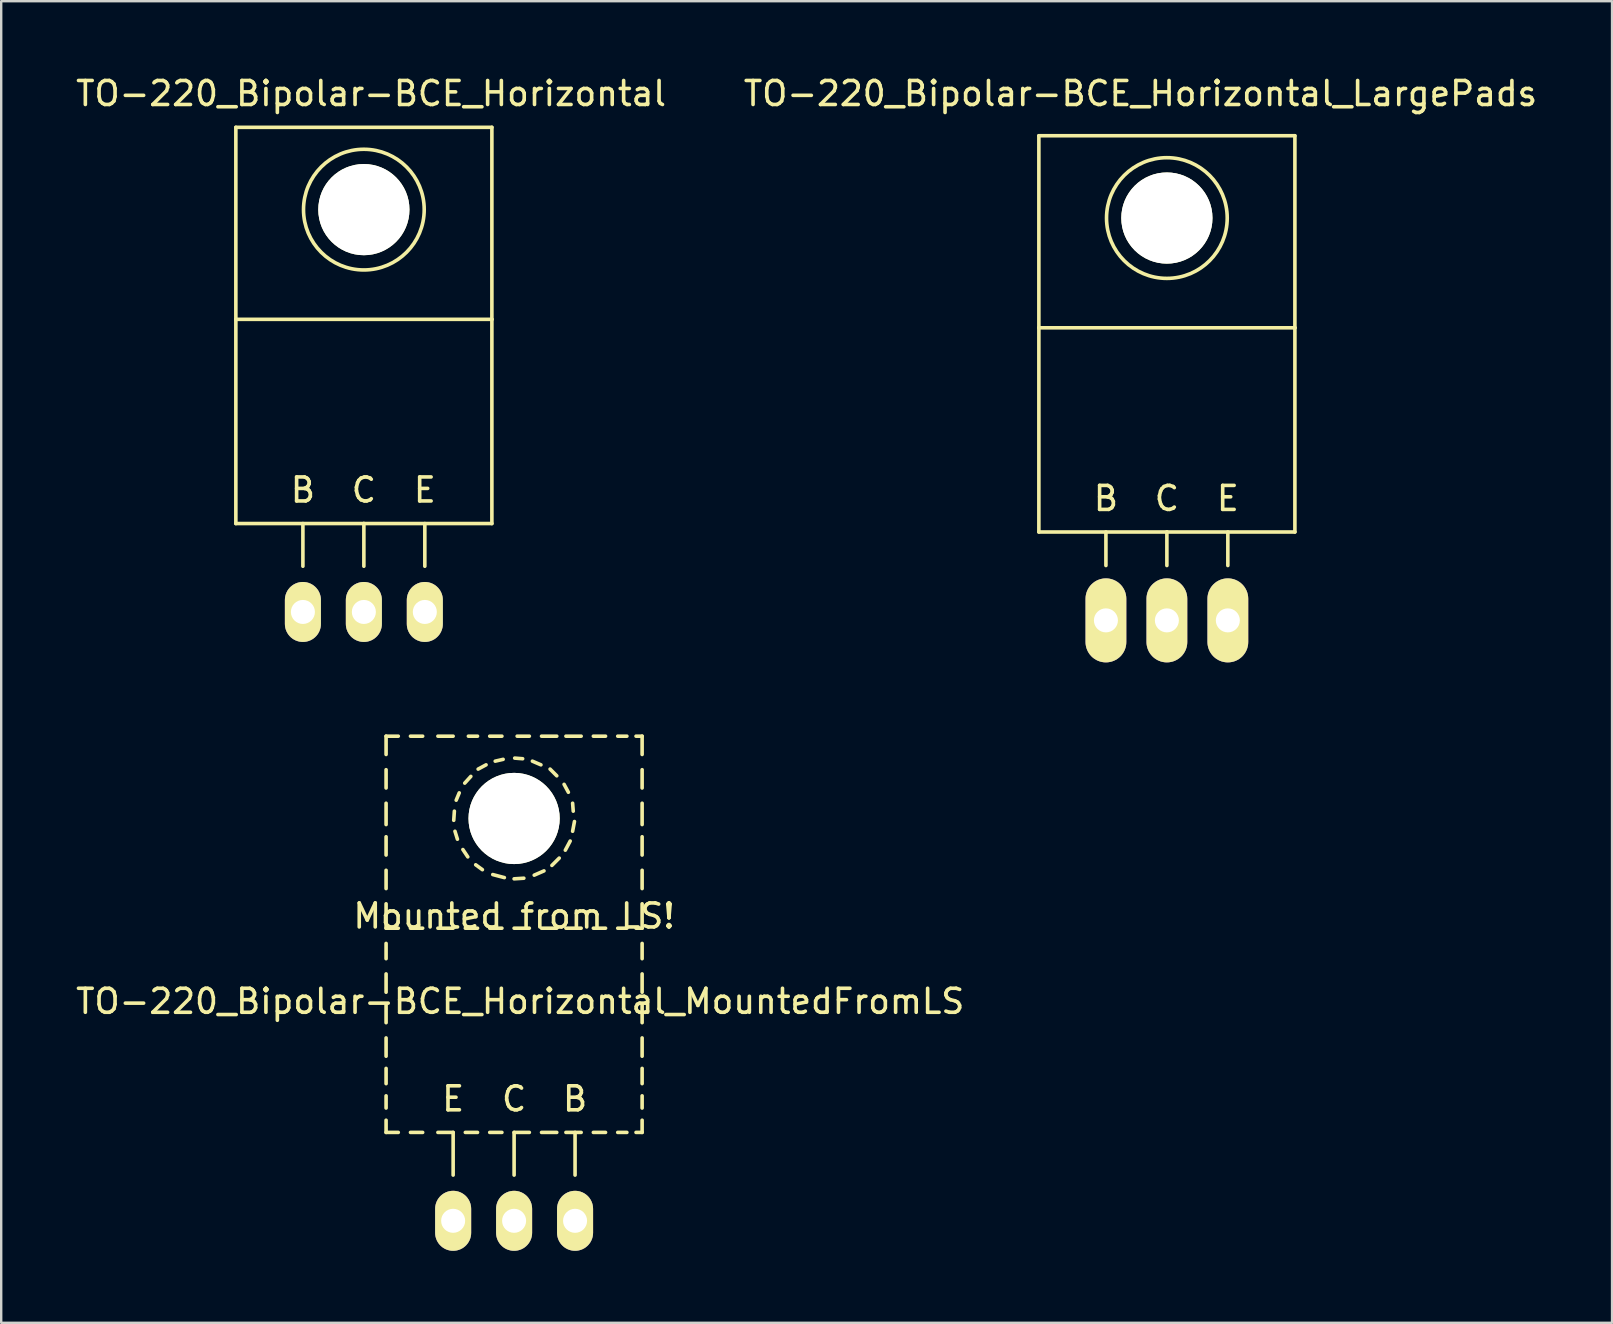
<source format=kicad_pcb>
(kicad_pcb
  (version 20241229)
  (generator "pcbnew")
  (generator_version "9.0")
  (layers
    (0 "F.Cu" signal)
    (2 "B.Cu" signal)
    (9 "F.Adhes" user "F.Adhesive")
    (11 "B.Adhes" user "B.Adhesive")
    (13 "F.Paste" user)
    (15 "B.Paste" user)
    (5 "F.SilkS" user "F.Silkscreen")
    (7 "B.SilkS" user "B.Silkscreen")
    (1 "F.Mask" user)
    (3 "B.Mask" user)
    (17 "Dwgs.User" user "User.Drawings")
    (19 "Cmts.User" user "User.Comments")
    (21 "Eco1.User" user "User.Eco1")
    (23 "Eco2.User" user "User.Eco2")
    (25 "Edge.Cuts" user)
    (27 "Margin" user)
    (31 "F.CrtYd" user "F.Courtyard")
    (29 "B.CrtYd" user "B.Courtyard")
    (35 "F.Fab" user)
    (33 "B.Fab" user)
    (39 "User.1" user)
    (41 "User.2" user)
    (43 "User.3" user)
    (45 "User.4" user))
  (footprint "TO-220_Bipolar-BCE_Horizontal_MountedFromLS"
    (layer "F.Cu")
    (at 18.371 47.817)
    (property "Reference" "TO-220_Bipolar-BCE_Horizontal_MountedFromLS" (at 0.254 -9.144 0) (layer "F.SilkS") (effects (font (size 1 1) (thickness 0.15))))
    (attr through_hole)
    (fp_line (start -5.334 -20.193) (end -5.334 -19.431) (stroke (width 0.15) (type solid)) (layer "F.SilkS"))
    (fp_line (start -5.334 -20.193) (end -4.826 -20.193) (stroke (width 0.15) (type solid)) (layer "F.SilkS"))
    (fp_line (start -5.334 -18.796) (end -5.334 -18.034) (stroke (width 0.15) (type solid)) (layer "F.SilkS"))
    (fp_line (start -5.334 -17.399) (end -5.334 -16.51) (stroke (width 0.15) (type solid)) (layer "F.SilkS"))
    (fp_line (start -5.334 -16.002) (end -5.334 -15.24) (stroke (width 0.15) (type solid)) (layer "F.SilkS"))
    (fp_line (start -5.334 -14.605) (end -5.334 -13.843) (stroke (width 0.15) (type solid)) (layer "F.SilkS"))
    (fp_line (start -5.334 -13.208) (end -5.334 -12.192) (stroke (width 0.15) (type solid)) (layer "F.SilkS"))
    (fp_line (start -5.334 -12.192) (end -4.826 -12.192) (stroke (width 0.15) (type solid)) (layer "F.SilkS"))
    (fp_line (start -5.334 -11.557) (end -5.334 -10.922) (stroke (width 0.15) (type solid)) (layer "F.SilkS"))
    (fp_line (start -5.334 -10.287) (end -5.334 -9.525) (stroke (width 0.15) (type solid)) (layer "F.SilkS"))
    (fp_line (start -5.334 -9.017) (end -5.334 -8.255) (stroke (width 0.15) (type solid)) (layer "F.SilkS"))
    (fp_line (start -5.334 -7.62) (end -5.334 -6.858) (stroke (width 0.15) (type solid)) (layer "F.SilkS"))
    (fp_line (start -5.334 -6.35) (end -5.334 -5.715) (stroke (width 0.15) (type solid)) (layer "F.SilkS"))
    (fp_line (start -5.334 -5.207) (end -5.334 -4.699) (stroke (width 0.15) (type solid)) (layer "F.SilkS"))
    (fp_line (start -5.334 -4.191) (end -5.334 -3.683) (stroke (width 0.15) (type solid)) (layer "F.SilkS"))
    (fp_line (start -5.334 -3.683) (end -4.826 -3.683) (stroke (width 0.15) (type solid)) (layer "F.SilkS"))
    (fp_line (start -4.318 -20.193) (end -3.81 -20.193) (stroke (width 0.15) (type solid)) (layer "F.SilkS"))
    (fp_line (start -4.318 -12.192) (end -3.81 -12.192) (stroke (width 0.15) (type solid)) (layer "F.SilkS"))
    (fp_line (start -4.318 -3.683) (end -3.81 -3.683) (stroke (width 0.15) (type solid)) (layer "F.SilkS"))
    (fp_line (start -3.175 -20.193) (end -2.54 -20.193) (stroke (width 0.15) (type solid)) (layer "F.SilkS"))
    (fp_line (start -3.175 -12.192) (end -2.54 -12.192) (stroke (width 0.15) (type solid)) (layer "F.SilkS"))
    (fp_line (start -3.175 -3.683) (end -2.54 -3.683) (stroke (width 0.15) (type solid)) (layer "F.SilkS"))
    (fp_line (start -2.54 -3.683) (end -2.54 -1.905) (stroke (width 0.15) (type solid)) (layer "F.SilkS"))
    (fp_line (start -2.515 -16.688) (end -2.489 -17.069) (stroke (width 0.15) (type solid)) (layer "F.SilkS"))
    (fp_line (start -2.413 -17.526) (end -2.286 -17.831) (stroke (width 0.15) (type solid)) (layer "F.SilkS"))
    (fp_line (start -2.362 -15.9) (end -2.464 -16.231) (stroke (width 0.15) (type solid)) (layer "F.SilkS"))
    (fp_line (start -2.057 -18.237) (end -1.803 -18.517) (stroke (width 0.15) (type solid)) (layer "F.SilkS"))
    (fp_line (start -2.032 -12.192) (end -1.524 -12.192) (stroke (width 0.15) (type solid)) (layer "F.SilkS"))
    (fp_line (start -2.032 -3.683) (end -1.524 -3.683) (stroke (width 0.15) (type solid)) (layer "F.SilkS"))
    (fp_line (start -1.93 -15.164) (end -2.134 -15.469) (stroke (width 0.15) (type solid)) (layer "F.SilkS"))
    (fp_line (start -1.905 -20.193) (end -1.524 -20.193) (stroke (width 0.15) (type solid)) (layer "F.SilkS"))
    (fp_line (start -1.499 -18.821) (end -1.168 -18.999) (stroke (width 0.15) (type solid)) (layer "F.SilkS"))
    (fp_line (start -1.321 -14.63) (end -1.6 -14.834) (stroke (width 0.15) (type solid)) (layer "F.SilkS"))
    (fp_line (start -1.016 -20.193) (end -0.508 -20.193) (stroke (width 0.15) (type solid)) (layer "F.SilkS"))
    (fp_line (start -1.016 -12.192) (end -0.508 -12.192) (stroke (width 0.15) (type solid)) (layer "F.SilkS"))
    (fp_line (start -1.016 -3.683) (end -0.508 -3.683) (stroke (width 0.15) (type solid)) (layer "F.SilkS"))
    (fp_line (start -0.787 -19.152) (end -0.457 -19.228) (stroke (width 0.15) (type solid)) (layer "F.SilkS"))
    (fp_line (start -0.406 -14.3) (end -0.889 -14.427) (stroke (width 0.15) (type solid)) (layer "F.SilkS"))
    (fp_line (start 0 -12.192) (end 0.635 -12.192) (stroke (width 0.15) (type solid)) (layer "F.SilkS"))
    (fp_line (start 0 -3.683) (end 0 -1.905) (stroke (width 0.15) (type solid)) (layer "F.SilkS"))
    (fp_line (start 0 -3.683) (end 0.635 -3.683) (stroke (width 0.15) (type solid)) (layer "F.SilkS"))
    (fp_line (start 0.025 -19.279) (end 0.356 -19.253) (stroke (width 0.15) (type solid)) (layer "F.SilkS"))
    (fp_line (start 0.127 -20.193) (end 0.635 -20.193) (stroke (width 0.15) (type solid)) (layer "F.SilkS"))
    (fp_line (start 0.406 -14.275) (end 0 -14.249) (stroke (width 0.15) (type solid)) (layer "F.SilkS"))
    (fp_line (start 0.762 -19.152) (end 1.118 -18.999) (stroke (width 0.15) (type solid)) (layer "F.SilkS"))
    (fp_line (start 1.143 -20.193) (end 1.778 -20.193) (stroke (width 0.15) (type solid)) (layer "F.SilkS"))
    (fp_line (start 1.143 -12.192) (end 1.778 -12.192) (stroke (width 0.15) (type solid)) (layer "F.SilkS"))
    (fp_line (start 1.143 -3.683) (end 1.778 -3.683) (stroke (width 0.15) (type solid)) (layer "F.SilkS"))
    (fp_line (start 1.245 -14.58) (end 0.838 -14.402) (stroke (width 0.15) (type solid)) (layer "F.SilkS"))
    (fp_line (start 1.499 -18.821) (end 1.778 -18.542) (stroke (width 0.15) (type solid)) (layer "F.SilkS"))
    (fp_line (start 1.88 -15.113) (end 1.575 -14.808) (stroke (width 0.15) (type solid)) (layer "F.SilkS"))
    (fp_line (start 2.083 -18.186) (end 2.261 -17.856) (stroke (width 0.15) (type solid)) (layer "F.SilkS"))
    (fp_line (start 2.159 -20.193) (end 2.794 -20.193) (stroke (width 0.15) (type solid)) (layer "F.SilkS"))
    (fp_line (start 2.159 -12.192) (end 2.794 -12.192) (stroke (width 0.15) (type solid)) (layer "F.SilkS"))
    (fp_line (start 2.159 -3.683) (end 2.794 -3.683) (stroke (width 0.15) (type solid)) (layer "F.SilkS"))
    (fp_line (start 2.337 -15.824) (end 2.134 -15.443) (stroke (width 0.15) (type solid)) (layer "F.SilkS"))
    (fp_line (start 2.438 -17.399) (end 2.464 -17.069) (stroke (width 0.15) (type solid)) (layer "F.SilkS"))
    (fp_line (start 2.515 -16.637) (end 2.438 -16.231) (stroke (width 0.15) (type solid)) (layer "F.SilkS"))
    (fp_line (start 2.54 -3.683) (end 2.54 -1.905) (stroke (width 0.15) (type solid)) (layer "F.SilkS"))
    (fp_line (start 3.302 -20.193) (end 3.81 -20.193) (stroke (width 0.15) (type solid)) (layer "F.SilkS"))
    (fp_line (start 3.302 -12.192) (end 3.81 -12.192) (stroke (width 0.15) (type solid)) (layer "F.SilkS"))
    (fp_line (start 3.302 -3.683) (end 3.81 -3.683) (stroke (width 0.15) (type solid)) (layer "F.SilkS"))
    (fp_line (start 4.318 -20.193) (end 4.699 -20.193) (stroke (width 0.15) (type solid)) (layer "F.SilkS"))
    (fp_line (start 4.318 -12.192) (end 4.699 -12.192) (stroke (width 0.15) (type solid)) (layer "F.SilkS"))
    (fp_line (start 4.318 -3.683) (end 4.699 -3.683) (stroke (width 0.15) (type solid)) (layer "F.SilkS"))
    (fp_line (start 5.08 -20.193) (end 5.334 -20.193) (stroke (width 0.15) (type solid)) (layer "F.SilkS"))
    (fp_line (start 5.08 -12.192) (end 5.334 -12.192) (stroke (width 0.15) (type solid)) (layer "F.SilkS"))
    (fp_line (start 5.08 -3.683) (end 5.334 -3.683) (stroke (width 0.15) (type solid)) (layer "F.SilkS"))
    (fp_line (start 5.334 -20.193) (end 5.334 -19.431) (stroke (width 0.15) (type solid)) (layer "F.SilkS"))
    (fp_line (start 5.334 -18.796) (end 5.334 -18.034) (stroke (width 0.15) (type solid)) (layer "F.SilkS"))
    (fp_line (start 5.334 -17.399) (end 5.334 -16.51) (stroke (width 0.15) (type solid)) (layer "F.SilkS"))
    (fp_line (start 5.334 -16.002) (end 5.334 -15.24) (stroke (width 0.15) (type solid)) (layer "F.SilkS"))
    (fp_line (start 5.334 -14.605) (end 5.334 -13.843) (stroke (width 0.15) (type solid)) (layer "F.SilkS"))
    (fp_line (start 5.334 -13.208) (end 5.334 -12.192) (stroke (width 0.15) (type solid)) (layer "F.SilkS"))
    (fp_line (start 5.334 -11.557) (end 5.334 -10.922) (stroke (width 0.15) (type solid)) (layer "F.SilkS"))
    (fp_line (start 5.334 -10.287) (end 5.334 -9.525) (stroke (width 0.15) (type solid)) (layer "F.SilkS"))
    (fp_line (start 5.334 -9.017) (end 5.334 -8.255) (stroke (width 0.15) (type solid)) (layer "F.SilkS"))
    (fp_line (start 5.334 -7.62) (end 5.334 -6.858) (stroke (width 0.15) (type solid)) (layer "F.SilkS"))
    (fp_line (start 5.334 -6.35) (end 5.334 -5.715) (stroke (width 0.15) (type solid)) (layer "F.SilkS"))
    (fp_line (start 5.334 -5.207) (end 5.334 -4.699) (stroke (width 0.15) (type solid)) (layer "F.SilkS"))
    (fp_line (start 5.334 -4.191) (end 5.334 -3.683) (stroke (width 0.15) (type solid)) (layer "F.SilkS"))
    (fp_text user "Mounted from LS!" (at 0 -12.7 0) (layer "F.SilkS") (effects (font (size 1 1) (thickness 0.15))))
    (fp_text user "C" (at 0 -5.08 0) (layer "F.SilkS") (effects (font (size 1 1) (thickness 0.15))))
    (fp_text user "E" (at -2.54 -5.08 0) (layer "F.SilkS") (effects (font (size 1 1) (thickness 0.15))))
    (fp_text user "B" (at 2.54 -5.08 0) (layer "F.SilkS") (effects (font (size 1 1) (thickness 0.15))))
    (pad "" np_thru_hole circle (at 0 -16.764 90) (size 3.8 3.8) (drill 3.8) (layers "*.Cu" "*.Mask" "F.SilkS"))
    (pad "B" thru_hole oval (at 2.54 0 90) (size 2.499 1.501) (drill 1.001) (layers "*.Cu" "*.Mask" "F.SilkS"))
    (pad "C" thru_hole oval (at 0 0 90) (size 2.499 1.501) (drill 1.001) (layers "*.Cu" "*.Mask" "F.SilkS"))
    (pad "E" thru_hole oval (at -2.54 0 90) (size 2.499 1.501) (drill 1.001) (layers "*.Cu" "*.Mask" "F.SilkS")))
  (footprint "TO-220_Bipolar-BCE_Horizontal"
    (layer "F.Cu")
    (at 12.111 22.448)
    (property "Reference" "TO-220_Bipolar-BCE_Horizontal" (at 0.3 -21.6 0) (layer "F.SilkS") (effects (font (size 1 1) (thickness 0.15))))
    (attr through_hole)
    (fp_line (start -5.334 -20.193) (end -5.334 -12.192) (stroke (width 0.15) (type solid)) (layer "F.SilkS"))
    (fp_line (start -5.334 -12.192) (end -5.334 -3.683) (stroke (width 0.15) (type solid)) (layer "F.SilkS"))
    (fp_line (start -2.54 -3.683) (end -2.54 -1.905) (stroke (width 0.15) (type solid)) (layer "F.SilkS"))
    (fp_line (start 0 -3.683) (end -5.334 -3.683) (stroke (width 0.15) (type solid)) (layer "F.SilkS"))
    (fp_line (start 0 -3.683) (end 0 -1.905) (stroke (width 0.15) (type solid)) (layer "F.SilkS"))
    (fp_line (start 0 -3.683) (end 5.334 -3.683) (stroke (width 0.15) (type solid)) (layer "F.SilkS"))
    (fp_line (start 2.54 -3.683) (end 2.54 -1.905) (stroke (width 0.15) (type solid)) (layer "F.SilkS"))
    (fp_line (start 5.334 -20.193) (end -5.334 -20.193) (stroke (width 0.15) (type solid)) (layer "F.SilkS"))
    (fp_line (start 5.334 -12.192) (end -5.334 -12.192) (stroke (width 0.15) (type solid)) (layer "F.SilkS"))
    (fp_line (start 5.334 -12.192) (end 5.334 -20.193) (stroke (width 0.15) (type solid)) (layer "F.SilkS"))
    (fp_line (start 5.334 -3.683) (end 5.334 -12.192) (stroke (width 0.15) (type solid)) (layer "F.SilkS"))
    (fp_circle (center 0 -16.764) (end 1.778 -14.986) (stroke (width 0.15) (type solid)) (fill no) (layer "F.SilkS"))
    (fp_text user "C" (at 0 -5.08 0) (layer "F.SilkS") (effects (font (size 1 1) (thickness 0.15))))
    (fp_text user "B" (at -2.54 -5.08 0) (layer "F.SilkS") (effects (font (size 1 1) (thickness 0.15))))
    (fp_text user "E" (at 2.54 -5.08 0) (layer "F.SilkS") (effects (font (size 1 1) (thickness 0.15))))
    (pad "" np_thru_hole circle (at 0 -16.764 90) (size 3.8 3.8) (drill 3.8) (layers "*.Cu" "*.Mask" "F.SilkS"))
    (pad "B" thru_hole oval (at -2.54 0 90) (size 2.499 1.501) (drill 1.001) (layers "*.Cu" "*.Mask" "F.SilkS"))
    (pad "C" thru_hole oval (at 0 0 90) (size 2.499 1.501) (drill 1.001) (layers "*.Cu" "*.Mask" "F.SilkS"))
    (pad "E" thru_hole oval (at 2.54 0 90) (size 2.499 1.501) (drill 1.001) (layers "*.Cu" "*.Mask" "F.SilkS")))
  (footprint "TO-220_Bipolar-BCE_Horizontal_LargePads"
    (layer "F.Cu")
    (at 45.57 22.799)
    (property "Reference" "TO-220_Bipolar-BCE_Horizontal_LargePads" (at -1.1 -21.951 0) (layer "F.SilkS") (effects (font (size 1 1) (thickness 0.15))))
    (attr through_hole)
    (fp_line (start -5.334 -20.193) (end -5.334 -12.192) (stroke (width 0.15) (type solid)) (layer "F.SilkS"))
    (fp_line (start -5.334 -12.192) (end -5.334 -3.683) (stroke (width 0.15) (type solid)) (layer "F.SilkS"))
    (fp_line (start -2.54 -3.683) (end -2.54 -2.286) (stroke (width 0.15) (type solid)) (layer "F.SilkS"))
    (fp_line (start 0 -3.683) (end -5.334 -3.683) (stroke (width 0.15) (type solid)) (layer "F.SilkS"))
    (fp_line (start 0 -3.683) (end 0 -2.286) (stroke (width 0.15) (type solid)) (layer "F.SilkS"))
    (fp_line (start 0 -3.683) (end 5.334 -3.683) (stroke (width 0.15) (type solid)) (layer "F.SilkS"))
    (fp_line (start 2.54 -3.683) (end 2.54 -2.286) (stroke (width 0.15) (type solid)) (layer "F.SilkS"))
    (fp_line (start 5.334 -20.193) (end -5.334 -20.193) (stroke (width 0.15) (type solid)) (layer "F.SilkS"))
    (fp_line (start 5.334 -12.192) (end -5.334 -12.192) (stroke (width 0.15) (type solid)) (layer "F.SilkS"))
    (fp_line (start 5.334 -12.192) (end 5.334 -20.193) (stroke (width 0.15) (type solid)) (layer "F.SilkS"))
    (fp_line (start 5.334 -3.683) (end 5.334 -12.192) (stroke (width 0.15) (type solid)) (layer "F.SilkS"))
    (fp_circle (center 0 -16.764) (end 1.778 -14.986) (stroke (width 0.15) (type solid)) (fill no) (layer "F.SilkS"))
    (fp_text user "B" (at -2.54 -5.08 0) (layer "F.SilkS") (effects (font (size 1 1) (thickness 0.15))))
    (fp_text user "E" (at 2.54 -5.08 0) (layer "F.SilkS") (effects (font (size 1 1) (thickness 0.15))))
    (fp_text user "C" (at 0 -5.08 0) (layer "F.SilkS") (effects (font (size 1 1) (thickness 0.15))))
    (pad "" np_thru_hole circle (at 0 -16.764 90) (size 3.8 3.8) (drill 3.8) (layers "*.Cu" "*.Mask" "F.SilkS"))
    (pad "B" thru_hole oval (at -2.54 0 90) (size 3.5 1.699) (drill 1.001) (layers "*.Cu" "*.Mask" "F.SilkS"))
    (pad "C" thru_hole oval (at 0 0 90) (size 3.5 1.699) (drill 1.001) (layers "*.Cu" "*.Mask" "F.SilkS"))
    (pad "E" thru_hole oval (at 2.54 0 90) (size 3.5 1.699) (drill 1.001) (layers "*.Cu" "*.Mask" "F.SilkS")))
  (gr_rect
    (start -3 -3)
    (end 64.119 52.067)
    (stroke (width 0.1) (type default))
    (fill no)
    (layer "Edge.Cuts")))
</source>
